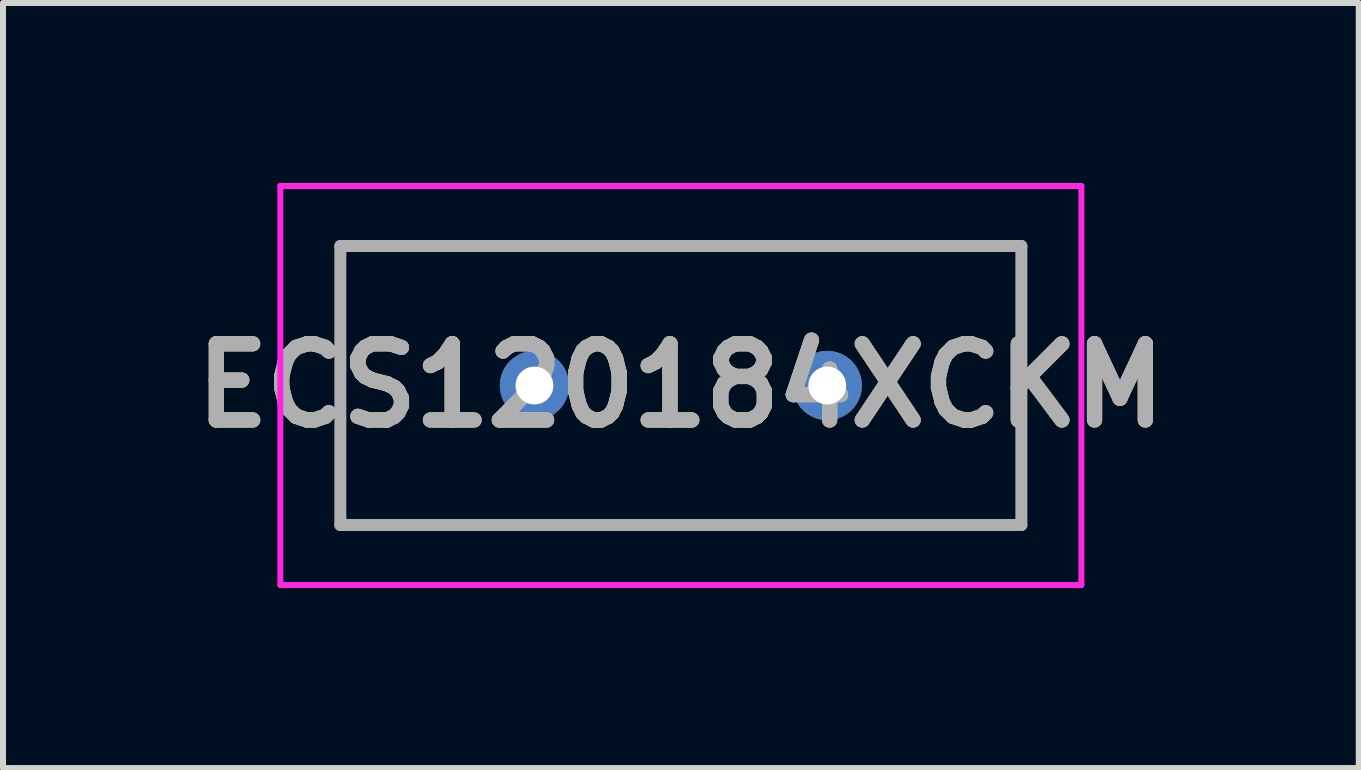
<source format=kicad_pcb>
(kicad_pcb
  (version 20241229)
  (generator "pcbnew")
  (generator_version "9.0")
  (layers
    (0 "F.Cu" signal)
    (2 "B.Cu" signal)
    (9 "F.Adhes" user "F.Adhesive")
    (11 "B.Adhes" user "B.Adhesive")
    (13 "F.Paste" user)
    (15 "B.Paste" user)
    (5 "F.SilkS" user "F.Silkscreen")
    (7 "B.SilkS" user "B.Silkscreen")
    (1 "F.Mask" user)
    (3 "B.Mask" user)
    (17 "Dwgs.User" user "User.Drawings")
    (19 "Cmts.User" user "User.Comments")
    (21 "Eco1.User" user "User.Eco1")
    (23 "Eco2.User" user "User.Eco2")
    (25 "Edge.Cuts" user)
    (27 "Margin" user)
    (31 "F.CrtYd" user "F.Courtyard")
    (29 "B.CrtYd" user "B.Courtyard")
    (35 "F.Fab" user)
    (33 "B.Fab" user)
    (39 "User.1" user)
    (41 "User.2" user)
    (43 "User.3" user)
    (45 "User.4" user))
  (footprint "ECS120184XCKM"
    (layer "F.Cu")
    (at 5.857 3.375)
    (property "Reference" "ECS120184XCKM" (at 2.44 0 0) (layer "F.SilkS") (effects (font (size 1.27 1.27) (thickness 0.254))))
    (attr through_hole)
    (fp_line (start -3.235 -2.325) (end 8.115 -2.325) (stroke (width 0.1) (type solid)) (layer "F.SilkS"))
    (fp_line (start -3.235 2.325) (end -3.235 -2.325) (stroke (width 0.1) (type solid)) (layer "F.SilkS"))
    (fp_line (start 8.115 -2.325) (end 8.115 2.325) (stroke (width 0.1) (type solid)) (layer "F.SilkS"))
    (fp_line (start 8.115 2.325) (end -3.235 2.325) (stroke (width 0.1) (type solid)) (layer "F.SilkS"))
    (fp_line (start -4.235 -3.325) (end 9.115 -3.325) (stroke (width 0.1) (type solid)) (layer "F.CrtYd"))
    (fp_line (start -4.235 3.325) (end -4.235 -3.325) (stroke (width 0.1) (type solid)) (layer "F.CrtYd"))
    (fp_line (start 9.115 -3.325) (end 9.115 3.325) (stroke (width 0.1) (type solid)) (layer "F.CrtYd"))
    (fp_line (start 9.115 3.325) (end -4.235 3.325) (stroke (width 0.1) (type solid)) (layer "F.CrtYd"))
    (fp_line (start -3.235 -2.325) (end 8.115 -2.325) (stroke (width 0.2) (type solid)) (layer "F.Fab"))
    (fp_line (start -3.235 2.325) (end -3.235 -2.325) (stroke (width 0.2) (type solid)) (layer "F.Fab"))
    (fp_line (start 8.115 -2.325) (end 8.115 2.325) (stroke (width 0.2) (type solid)) (layer "F.Fab"))
    (fp_line (start 8.115 2.325) (end -3.235 2.325) (stroke (width 0.2) (type solid)) (layer "F.Fab"))
    (fp_text user "${REFERENCE}" (at 2.44 0 0) (layer "F.Fab") (effects (font (size 1.27 1.27) (thickness 0.254))))
    (pad "1" thru_hole circle (at 0 0) (size 1.155 1.155) (drill 0.63) (layers "*.Cu" "*.Mask"))
    (pad "2" thru_hole circle (at 4.88 0) (size 1.155 1.155) (drill 0.63) (layers "*.Cu" "*.Mask")))
  (gr_rect
    (start -3 -3)
    (end 19.595 9.75)
    (stroke (width 0.1) (type default))
    (fill no)
    (layer "Edge.Cuts")))
</source>
